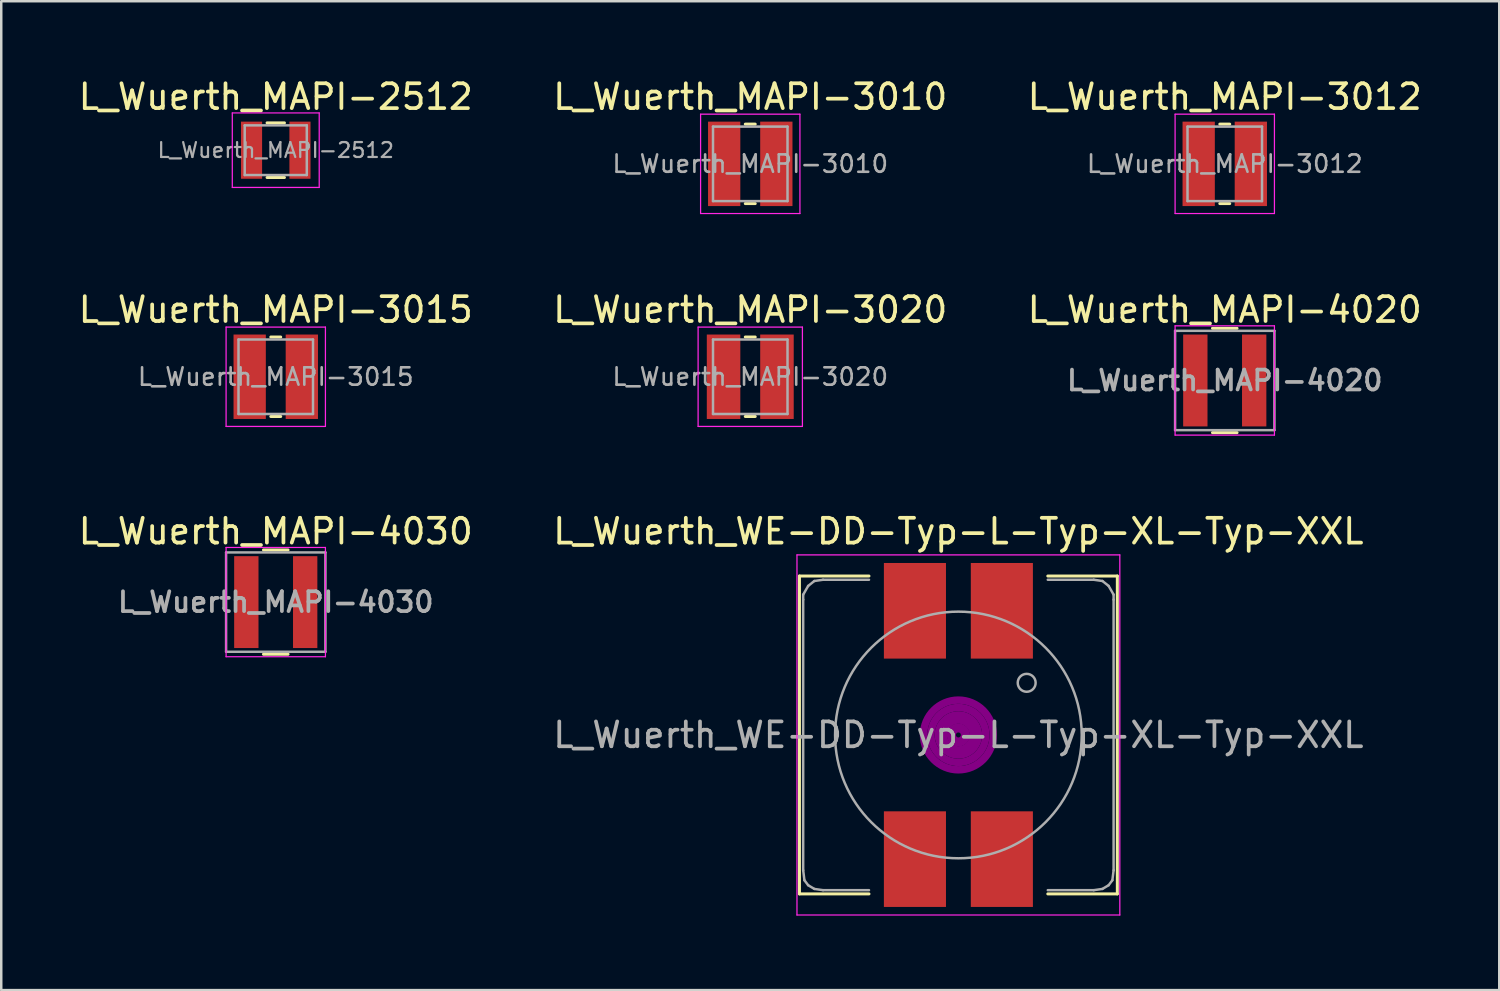
<source format=kicad_pcb>
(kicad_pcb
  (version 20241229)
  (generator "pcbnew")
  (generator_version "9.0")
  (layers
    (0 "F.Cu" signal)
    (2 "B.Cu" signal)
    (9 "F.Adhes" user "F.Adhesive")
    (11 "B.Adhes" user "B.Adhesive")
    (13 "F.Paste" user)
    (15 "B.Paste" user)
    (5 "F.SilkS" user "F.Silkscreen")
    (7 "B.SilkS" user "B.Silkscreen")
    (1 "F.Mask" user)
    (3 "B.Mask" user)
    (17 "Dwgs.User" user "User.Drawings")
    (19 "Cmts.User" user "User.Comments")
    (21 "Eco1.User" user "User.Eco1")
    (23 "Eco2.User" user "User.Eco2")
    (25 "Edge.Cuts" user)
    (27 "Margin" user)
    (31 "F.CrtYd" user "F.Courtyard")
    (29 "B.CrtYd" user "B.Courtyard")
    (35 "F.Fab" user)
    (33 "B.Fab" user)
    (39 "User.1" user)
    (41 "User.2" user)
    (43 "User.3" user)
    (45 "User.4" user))
  (footprint "L_Wuerth_MAPI-3010"
    (layer "F.Cu")
    (at 27.161 3.548)
    (property "Reference" "L_Wuerth_MAPI-3010" (at 0 -2.7 0) (layer "F.SilkS") (effects (font (size 1 1) (thickness 0.15))))
    (attr smd)
    (fp_line (start -0.2 -1.6) (end 0.2 -1.6) (stroke (width 0.12) (type solid)) (layer "F.SilkS"))
    (fp_line (start -0.2 1.6) (end 0.2 1.6) (stroke (width 0.12) (type solid)) (layer "F.SilkS"))
    (fp_line (start -2 -2) (end -2 2) (stroke (width 0.05) (type solid)) (layer "F.CrtYd"))
    (fp_line (start -2 2) (end 2 2) (stroke (width 0.05) (type solid)) (layer "F.CrtYd"))
    (fp_line (start 2 -2) (end -2 -2) (stroke (width 0.05) (type solid)) (layer "F.CrtYd"))
    (fp_line (start 2 2) (end 2 -2) (stroke (width 0.05) (type solid)) (layer "F.CrtYd"))
    (fp_line (start -1.5 -1.5) (end -1.5 1.5) (stroke (width 0.1) (type solid)) (layer "F.Fab"))
    (fp_line (start -1.5 1.5) (end 1.5 1.5) (stroke (width 0.1) (type solid)) (layer "F.Fab"))
    (fp_line (start 1.5 -1.5) (end -1.5 -1.5) (stroke (width 0.1) (type solid)) (layer "F.Fab"))
    (fp_line (start 1.5 1.5) (end 1.5 -1.5) (stroke (width 0.1) (type solid)) (layer "F.Fab"))
    (fp_text user "${REFERENCE}" (at 0 0 0) (layer "F.Fab") (effects (font (size 0.7 0.7) (thickness 0.105))))
    (pad "1" smd rect (at -1.05 0) (size 1.3 3.4) (layers "F.Cu" "F.Mask" "F.Paste"))
    (pad "2" smd rect (at 1.05 0) (size 1.3 3.4) (layers "F.Cu" "F.Mask" "F.Paste")))
  (footprint "L_Wuerth_MAPI-3020"
    (layer "F.Cu")
    (at 27.161 12.121)
    (property "Reference" "L_Wuerth_MAPI-3020" (at 0 -2.7 0) (layer "F.SilkS") (effects (font (size 1 1) (thickness 0.15))))
    (attr smd)
    (fp_line (start -0.2 -1.6) (end 0.2 -1.6) (stroke (width 0.12) (type solid)) (layer "F.SilkS"))
    (fp_line (start -0.2 1.6) (end 0.2 1.6) (stroke (width 0.12) (type solid)) (layer "F.SilkS"))
    (fp_line (start -2.1 -2) (end -2.1 2) (stroke (width 0.05) (type solid)) (layer "F.CrtYd"))
    (fp_line (start -2.1 2) (end 2.1 2) (stroke (width 0.05) (type solid)) (layer "F.CrtYd"))
    (fp_line (start 2.1 -2) (end -2.1 -2) (stroke (width 0.05) (type solid)) (layer "F.CrtYd"))
    (fp_line (start 2.1 2) (end 2.1 -2) (stroke (width 0.05) (type solid)) (layer "F.CrtYd"))
    (fp_line (start -1.5 -1.5) (end -1.5 1.5) (stroke (width 0.1) (type solid)) (layer "F.Fab"))
    (fp_line (start -1.5 1.5) (end 1.5 1.5) (stroke (width 0.1) (type solid)) (layer "F.Fab"))
    (fp_line (start 1.5 -1.5) (end -1.5 -1.5) (stroke (width 0.1) (type solid)) (layer "F.Fab"))
    (fp_line (start 1.5 1.5) (end 1.5 -1.5) (stroke (width 0.1) (type solid)) (layer "F.Fab"))
    (fp_text user "${REFERENCE}" (at 0 0 0) (layer "F.Fab") (effects (font (size 0.7 0.7) (thickness 0.105))))
    (pad "1" smd rect (at -1.075 0) (size 1.35 3.4) (layers "F.Cu" "F.Mask" "F.Paste"))
    (pad "2" smd rect (at 1.075 0) (size 1.35 3.4) (layers "F.Cu" "F.Mask" "F.Paste")))
  (footprint "L_Wuerth_MAPI-4020"
    (layer "F.Cu")
    (at 46.268 12.271)
    (property "Reference" "L_Wuerth_MAPI-4020" (at 0 -2.85 0) (layer "F.SilkS") (effects (font (size 1 1) (thickness 0.15))))
    (attr smd)
    (fp_line (start -0.495 -2.1) (end 0.495 -2.1) (stroke (width 0.12) (type solid)) (layer "F.SilkS"))
    (fp_line (start -0.495 2.1) (end 0.495 2.1) (stroke (width 0.12) (type solid)) (layer "F.SilkS"))
    (fp_line (start -2 -2.2) (end -2 2.2) (stroke (width 0.05) (type solid)) (layer "F.CrtYd"))
    (fp_line (start -2 2.2) (end 2 2.2) (stroke (width 0.05) (type solid)) (layer "F.CrtYd"))
    (fp_line (start 2 -2.2) (end -2 -2.2) (stroke (width 0.05) (type solid)) (layer "F.CrtYd"))
    (fp_line (start 2 2.2) (end 2 -2.2) (stroke (width 0.05) (type solid)) (layer "F.CrtYd"))
    (fp_line (start -2 -2) (end -2 2) (stroke (width 0.1) (type solid)) (layer "F.Fab"))
    (fp_line (start -2 2) (end 2 2) (stroke (width 0.1) (type solid)) (layer "F.Fab"))
    (fp_line (start 2 -2) (end -2 -2) (stroke (width 0.1) (type solid)) (layer "F.Fab"))
    (fp_line (start 2 2) (end 2 -2) (stroke (width 0.1) (type solid)) (layer "F.Fab"))
    (fp_text user "${REFERENCE}" (at 0 0 0) (layer "F.Fab") (effects (font (size 0.8 0.8) (thickness 0.15))))
    (pad "1" smd rect (at -1.185 0) (size 0.98 3.7) (layers "F.Cu" "F.Mask" "F.Paste"))
    (pad "2" smd rect (at 1.185 0) (size 0.98 3.7) (layers "F.Cu" "F.Mask" "F.Paste")))
  (footprint "L_Wuerth_MAPI-3015"
    (layer "F.Cu")
    (at 8.054 12.121)
    (property "Reference" "L_Wuerth_MAPI-3015" (at 0 -2.7 0) (layer "F.SilkS") (effects (font (size 1 1) (thickness 0.15))))
    (attr smd)
    (fp_line (start -0.2 -1.6) (end 0.2 -1.6) (stroke (width 0.12) (type solid)) (layer "F.SilkS"))
    (fp_line (start -0.2 1.6) (end 0.2 1.6) (stroke (width 0.12) (type solid)) (layer "F.SilkS"))
    (fp_line (start -2 -2) (end -2 2) (stroke (width 0.05) (type solid)) (layer "F.CrtYd"))
    (fp_line (start -2 2) (end 2 2) (stroke (width 0.05) (type solid)) (layer "F.CrtYd"))
    (fp_line (start 2 -2) (end -2 -2) (stroke (width 0.05) (type solid)) (layer "F.CrtYd"))
    (fp_line (start 2 2) (end 2 -2) (stroke (width 0.05) (type solid)) (layer "F.CrtYd"))
    (fp_line (start -1.5 -1.5) (end -1.5 1.5) (stroke (width 0.1) (type solid)) (layer "F.Fab"))
    (fp_line (start -1.5 1.5) (end 1.5 1.5) (stroke (width 0.1) (type solid)) (layer "F.Fab"))
    (fp_line (start 1.5 -1.5) (end -1.5 -1.5) (stroke (width 0.1) (type solid)) (layer "F.Fab"))
    (fp_line (start 1.5 1.5) (end 1.5 -1.5) (stroke (width 0.1) (type solid)) (layer "F.Fab"))
    (fp_text user "${REFERENCE}" (at 0 0 0) (layer "F.Fab") (effects (font (size 0.7 0.7) (thickness 0.105))))
    (pad "1" smd rect (at -1.05 0) (size 1.3 3.4) (layers "F.Cu" "F.Mask" "F.Paste"))
    (pad "2" smd rect (at 1.05 0) (size 1.3 3.4) (layers "F.Cu" "F.Mask" "F.Paste")))
  (footprint "L_Wuerth_MAPI-4030"
    (layer "F.Cu")
    (at 8.054 21.195)
    (property "Reference" "L_Wuerth_MAPI-4030" (at 0 -2.85 0) (layer "F.SilkS") (effects (font (size 1 1) (thickness 0.15))))
    (attr smd)
    (fp_line (start -0.495 -2.1) (end 0.495 -2.1) (stroke (width 0.12) (type solid)) (layer "F.SilkS"))
    (fp_line (start -0.495 2.1) (end 0.495 2.1) (stroke (width 0.12) (type solid)) (layer "F.SilkS"))
    (fp_line (start -2 -2.2) (end -2 2.2) (stroke (width 0.05) (type solid)) (layer "F.CrtYd"))
    (fp_line (start -2 2.2) (end 2 2.2) (stroke (width 0.05) (type solid)) (layer "F.CrtYd"))
    (fp_line (start 2 -2.2) (end -2 -2.2) (stroke (width 0.05) (type solid)) (layer "F.CrtYd"))
    (fp_line (start 2 2.2) (end 2 -2.2) (stroke (width 0.05) (type solid)) (layer "F.CrtYd"))
    (fp_line (start -2 -2) (end -2 2) (stroke (width 0.1) (type solid)) (layer "F.Fab"))
    (fp_line (start -2 2) (end 2 2) (stroke (width 0.1) (type solid)) (layer "F.Fab"))
    (fp_line (start 2 -2) (end -2 -2) (stroke (width 0.1) (type solid)) (layer "F.Fab"))
    (fp_line (start 2 2) (end 2 -2) (stroke (width 0.1) (type solid)) (layer "F.Fab"))
    (fp_text user "${REFERENCE}" (at 0 0 0) (layer "F.Fab") (effects (font (size 0.8 0.8) (thickness 0.15))))
    (pad "1" smd rect (at -1.185 0) (size 0.98 3.7) (layers "F.Cu" "F.Mask" "F.Paste"))
    (pad "2" smd rect (at 1.185 0) (size 0.98 3.7) (layers "F.Cu" "F.Mask" "F.Paste")))
  (footprint "L_Wuerth_MAPI-3012"
    (layer "F.Cu")
    (at 46.268 3.548)
    (property "Reference" "L_Wuerth_MAPI-3012" (at 0 -2.7 0) (layer "F.SilkS") (effects (font (size 1 1) (thickness 0.15))))
    (attr smd)
    (fp_line (start -0.2 -1.6) (end 0.2 -1.6) (stroke (width 0.12) (type solid)) (layer "F.SilkS"))
    (fp_line (start -0.2 1.6) (end 0.2 1.6) (stroke (width 0.12) (type solid)) (layer "F.SilkS"))
    (fp_line (start -2 -2) (end -2 2) (stroke (width 0.05) (type solid)) (layer "F.CrtYd"))
    (fp_line (start -2 2) (end 2 2) (stroke (width 0.05) (type solid)) (layer "F.CrtYd"))
    (fp_line (start 2 -2) (end -2 -2) (stroke (width 0.05) (type solid)) (layer "F.CrtYd"))
    (fp_line (start 2 2) (end 2 -2) (stroke (width 0.05) (type solid)) (layer "F.CrtYd"))
    (fp_line (start -1.5 -1.5) (end -1.5 1.5) (stroke (width 0.1) (type solid)) (layer "F.Fab"))
    (fp_line (start -1.5 1.5) (end 1.5 1.5) (stroke (width 0.1) (type solid)) (layer "F.Fab"))
    (fp_line (start 1.5 -1.5) (end -1.5 -1.5) (stroke (width 0.1) (type solid)) (layer "F.Fab"))
    (fp_line (start 1.5 1.5) (end 1.5 -1.5) (stroke (width 0.1) (type solid)) (layer "F.Fab"))
    (fp_text user "${REFERENCE}" (at 0 0 0) (layer "F.Fab") (effects (font (size 0.7 0.7) (thickness 0.105))))
    (pad "1" smd rect (at -1.05 0) (size 1.3 3.4) (layers "F.Cu" "F.Mask" "F.Paste"))
    (pad "2" smd rect (at 1.05 0) (size 1.3 3.4) (layers "F.Cu" "F.Mask" "F.Paste")))
  (footprint "L_Wuerth_WE-DD-Typ-L-Typ-XL-Typ-XXL"
    (layer "F.Cu")
    (at 35.542 26.545)
    (property "Reference" "L_Wuerth_WE-DD-Typ-L-Typ-XL-Typ-XXL" (at 0 -8.2 0) (layer "F.SilkS") (effects (font (size 1 1) (thickness 0.15))))
    (attr smd)
    (fp_line (start -6.4 -6.4) (end -3.6 -6.4) (stroke (width 0.12) (type solid)) (layer "F.SilkS"))
    (fp_line (start -6.4 6.4) (end -6.4 -6.4) (stroke (width 0.12) (type solid)) (layer "F.SilkS"))
    (fp_line (start -3.6 6.4) (end -6.4 6.4) (stroke (width 0.12) (type solid)) (layer "F.SilkS"))
    (fp_line (start 3.6 -6.4) (end 6.4 -6.4) (stroke (width 0.12) (type solid)) (layer "F.SilkS"))
    (fp_line (start 6.4 -6.4) (end 6.4 6.4) (stroke (width 0.12) (type solid)) (layer "F.SilkS"))
    (fp_line (start 6.4 6.4) (end 3.6 6.4) (stroke (width 0.12) (type solid)) (layer "F.SilkS"))
    (fp_circle (center 0 0) (end 0.1 0) (stroke (width 0.3) (type solid)) (fill no) (layer "F.Adhes"))
    (fp_circle (center 0 0) (end 0.3 0.1) (stroke (width 0.3) (type solid)) (fill no) (layer "F.Adhes"))
    (fp_circle (center 0 0) (end 0.6 0) (stroke (width 0.3) (type solid)) (fill no) (layer "F.Adhes"))
    (fp_circle (center 0 0) (end 0.8 -0.1) (stroke (width 0.3) (type solid)) (fill no) (layer "F.Adhes"))
    (fp_circle (center 0 0) (end 1.1 -0.1) (stroke (width 0.3) (type solid)) (fill no) (layer "F.Adhes"))
    (fp_circle (center 0 0) (end 1.4 -0.1) (stroke (width 0.3) (type solid)) (fill no) (layer "F.Adhes"))
    (fp_line (start -6.5 -7.25) (end 6.5 -7.25) (stroke (width 0.05) (type solid)) (layer "F.CrtYd"))
    (fp_line (start -6.5 7.25) (end -6.5 -7.25) (stroke (width 0.05) (type solid)) (layer "F.CrtYd"))
    (fp_line (start 6.5 -7.25) (end 6.5 7.25) (stroke (width 0.05) (type solid)) (layer "F.CrtYd"))
    (fp_line (start 6.5 7.25) (end -6.5 7.25) (stroke (width 0.05) (type solid)) (layer "F.CrtYd"))
    (fp_line (start -6.25 -5.65) (end -6.25 -5.45) (stroke (width 0.1) (type solid)) (layer "F.Fab"))
    (fp_line (start -6.25 -5.45) (end -6.25 5.45) (stroke (width 0.1) (type solid)) (layer "F.Fab"))
    (fp_line (start -6.2 5.85) (end -6.25 5.45) (stroke (width 0.1) (type solid)) (layer "F.Fab"))
    (fp_line (start -6.05 -6) (end -6.25 -5.65) (stroke (width 0.1) (type solid)) (layer "F.Fab"))
    (fp_line (start -6.05 6.05) (end -6.2 5.85) (stroke (width 0.1) (type solid)) (layer "F.Fab"))
    (fp_line (start -5.8 -6.2) (end -6.05 -6) (stroke (width 0.1) (type solid)) (layer "F.Fab"))
    (fp_line (start -5.8 6.2) (end -6.05 6.05) (stroke (width 0.1) (type solid)) (layer "F.Fab"))
    (fp_line (start -5.45 -6.25) (end -5.8 -6.2) (stroke (width 0.1) (type solid)) (layer "F.Fab"))
    (fp_line (start -5.45 6.25) (end -5.8 6.2) (stroke (width 0.1) (type solid)) (layer "F.Fab"))
    (fp_line (start -3.6 -6.25) (end -5.45 -6.25) (stroke (width 0.1) (type solid)) (layer "F.Fab"))
    (fp_line (start -3.6 6.25) (end -5.45 6.25) (stroke (width 0.1) (type solid)) (layer "F.Fab"))
    (fp_line (start 3.6 -6.25) (end 5.45 -6.25) (stroke (width 0.1) (type solid)) (layer "F.Fab"))
    (fp_line (start 3.6 6.25) (end 5.45 6.25) (stroke (width 0.1) (type solid)) (layer "F.Fab"))
    (fp_line (start 5.45 -6.25) (end 5.8 -6.2) (stroke (width 0.1) (type solid)) (layer "F.Fab"))
    (fp_line (start 5.45 6.25) (end 5.8 6.2) (stroke (width 0.1) (type solid)) (layer "F.Fab"))
    (fp_line (start 5.8 -6.2) (end 6.05 -6) (stroke (width 0.1) (type solid)) (layer "F.Fab"))
    (fp_line (start 5.8 6.2) (end 6.05 6.05) (stroke (width 0.1) (type solid)) (layer "F.Fab"))
    (fp_line (start 6.05 -6) (end 6.25 -5.65) (stroke (width 0.1) (type solid)) (layer "F.Fab"))
    (fp_line (start 6.05 6.05) (end 6.2 5.85) (stroke (width 0.1) (type solid)) (layer "F.Fab"))
    (fp_line (start 6.2 5.85) (end 6.25 5.45) (stroke (width 0.1) (type solid)) (layer "F.Fab"))
    (fp_line (start 6.25 -5.65) (end 6.25 -5.45) (stroke (width 0.1) (type solid)) (layer "F.Fab"))
    (fp_line (start 6.25 -5.45) (end 6.25 5.45) (stroke (width 0.1) (type solid)) (layer "F.Fab"))
    (fp_circle (center 0 0) (end 2.1 4.5) (stroke (width 0.1) (type solid)) (fill no) (layer "F.Fab"))
    (fp_circle (center 2.75 -2.1) (end 3.05 -1.9) (stroke (width 0.1) (type solid)) (fill no) (layer "F.Fab"))
    (fp_text user "${REFERENCE}" (at 0 0 0) (layer "F.Fab") (effects (font (size 1 1) (thickness 0.15))))
    (pad "1" smd rect (at -1.75 -5) (size 2.5 3.85) (layers "F.Cu" "F.Mask" "F.Paste"))
    (pad "2" smd rect (at 1.75 -5) (size 2.5 3.85) (layers "F.Cu" "F.Mask" "F.Paste"))
    (pad "3" smd rect (at 1.75 5) (size 2.5 3.85) (layers "F.Cu" "F.Mask" "F.Paste"))
    (pad "4" smd rect (at -1.75 5) (size 2.5 3.85) (layers "F.Cu" "F.Mask" "F.Paste")))
  (footprint "L_Wuerth_MAPI-2512"
    (layer "F.Cu")
    (at 8.054 2.998)
    (property "Reference" "L_Wuerth_MAPI-2512" (at 0 -2.15 0) (layer "F.SilkS") (effects (font (size 1 1) (thickness 0.15))))
    (attr smd)
    (fp_line (start -0.35 -1.1) (end 0.35 -1.1) (stroke (width 0.12) (type solid)) (layer "F.SilkS"))
    (fp_line (start -0.35 1.1) (end 0.35 1.1) (stroke (width 0.12) (type solid)) (layer "F.SilkS"))
    (fp_line (start -1.75 -1.5) (end -1.75 1.5) (stroke (width 0.05) (type solid)) (layer "F.CrtYd"))
    (fp_line (start -1.75 1.5) (end 1.75 1.5) (stroke (width 0.05) (type solid)) (layer "F.CrtYd"))
    (fp_line (start 1.75 -1.5) (end -1.75 -1.5) (stroke (width 0.05) (type solid)) (layer "F.CrtYd"))
    (fp_line (start 1.75 1.5) (end 1.75 -1.5) (stroke (width 0.05) (type solid)) (layer "F.CrtYd"))
    (fp_line (start -1.25 -1) (end -1.25 1) (stroke (width 0.1) (type solid)) (layer "F.Fab"))
    (fp_line (start -1.25 1) (end 1.25 1) (stroke (width 0.1) (type solid)) (layer "F.Fab"))
    (fp_line (start 1.25 -1) (end -1.25 -1) (stroke (width 0.1) (type solid)) (layer "F.Fab"))
    (fp_line (start 1.25 1) (end 1.25 -1) (stroke (width 0.1) (type solid)) (layer "F.Fab"))
    (fp_text user "${REFERENCE}" (at 0 0 0) (layer "F.Fab") (effects (font (size 0.6 0.6) (thickness 0.09))))
    (pad "1" smd rect (at -0.975 0) (size 0.85 2.3) (layers "F.Cu" "F.Mask" "F.Paste"))
    (pad "2" smd rect (at 0.975 0) (size 0.85 2.3) (layers "F.Cu" "F.Mask" "F.Paste")))
  (gr_rect
    (start -3 -3)
    (end 57.321 36.82)
    (stroke (width 0.1) (type default))
    (fill no)
    (layer "Edge.Cuts")))
</source>
